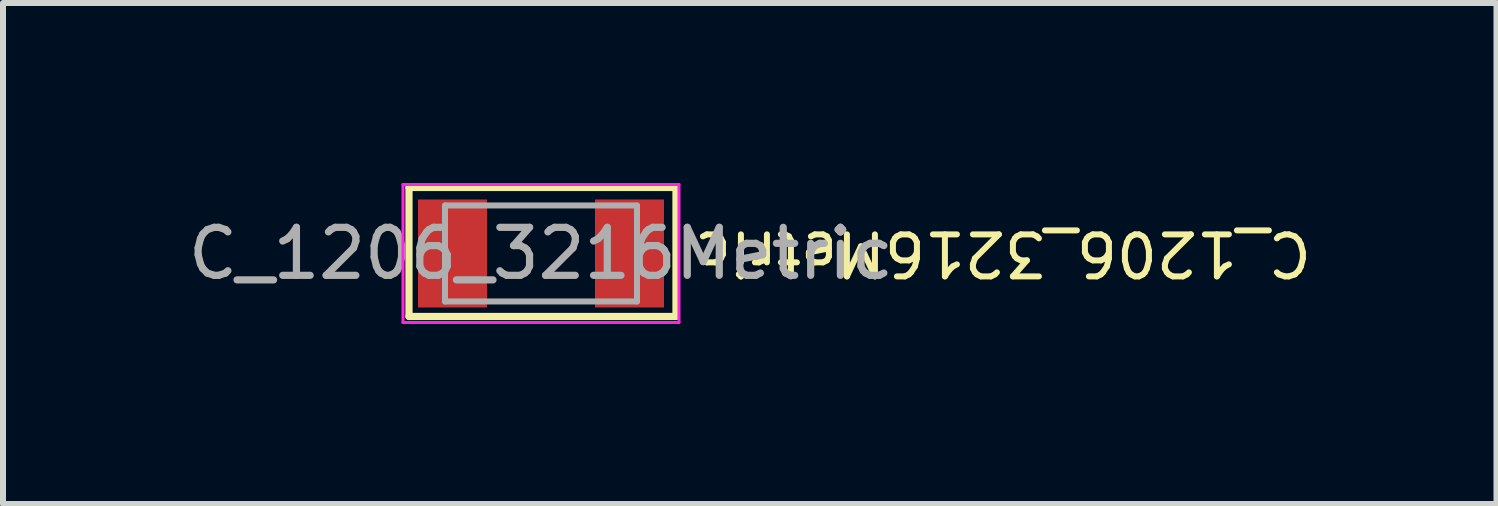
<source format=kicad_pcb>
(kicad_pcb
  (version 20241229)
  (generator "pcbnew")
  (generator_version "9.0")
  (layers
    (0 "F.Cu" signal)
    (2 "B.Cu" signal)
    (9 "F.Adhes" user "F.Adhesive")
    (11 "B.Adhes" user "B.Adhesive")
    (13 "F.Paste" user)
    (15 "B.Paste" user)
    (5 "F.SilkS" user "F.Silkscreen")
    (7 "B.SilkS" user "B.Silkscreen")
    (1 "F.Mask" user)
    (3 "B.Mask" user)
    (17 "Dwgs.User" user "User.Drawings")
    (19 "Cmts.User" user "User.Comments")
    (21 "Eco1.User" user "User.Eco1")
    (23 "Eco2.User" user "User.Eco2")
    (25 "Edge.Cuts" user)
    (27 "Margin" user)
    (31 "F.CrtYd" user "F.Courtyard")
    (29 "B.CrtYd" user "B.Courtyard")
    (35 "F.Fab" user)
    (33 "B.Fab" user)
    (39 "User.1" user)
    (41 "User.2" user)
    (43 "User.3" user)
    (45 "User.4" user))
  (footprint "C_1206_3216Metric"
    (layer "F.Cu")
    (at 5.967 1.175)
    (property "Reference" "C_1206_3216Metric" (at 2.5 0 180) (unlocked yes) (layer "F.SilkS") (effects (font (size 0.7 0.7) (thickness 0.1)) (justify right)))
    (attr smd)
    (fp_line (start -2.2 -1.1) (end 2.25 -1.1) (stroke (width 0.12) (type solid)) (layer "F.SilkS"))
    (fp_line (start -2.2 1.05) (end -2.2 -1.1) (stroke (width 0.12) (type solid)) (layer "F.SilkS"))
    (fp_line (start -2.2 1.05) (end 2.25 1.05) (stroke (width 0.12) (type solid)) (layer "F.SilkS"))
    (fp_line (start 2.25 1.05) (end 2.25 -1.1) (stroke (width 0.12) (type solid)) (layer "F.SilkS"))
    (fp_line (start -2.3 -1.15) (end 2.3 -1.15) (stroke (width 0.05) (type solid)) (layer "F.CrtYd"))
    (fp_line (start -2.3 1.15) (end -2.3 -1.15) (stroke (width 0.05) (type solid)) (layer "F.CrtYd"))
    (fp_line (start 2.3 -1.15) (end 2.3 1.15) (stroke (width 0.05) (type solid)) (layer "F.CrtYd"))
    (fp_line (start 2.3 1.15) (end -2.3 1.15) (stroke (width 0.05) (type solid)) (layer "F.CrtYd"))
    (fp_line (start -1.6 -0.8) (end 1.6 -0.8) (stroke (width 0.1) (type solid)) (layer "F.Fab"))
    (fp_line (start -1.6 0.8) (end -1.6 -0.8) (stroke (width 0.1) (type solid)) (layer "F.Fab"))
    (fp_line (start 1.6 -0.8) (end 1.6 0.8) (stroke (width 0.1) (type solid)) (layer "F.Fab"))
    (fp_line (start 1.6 0.8) (end -1.6 0.8) (stroke (width 0.1) (type solid)) (layer "F.Fab"))
    (fp_text user "${REFERENCE}" (at 0 0 0) (layer "F.Fab") (effects (font (size 0.8 0.8) (thickness 0.12))))
    (pad "1" smd rect (at -1.475 0) (size 1.15 1.8) (layers "F.Cu" "F.Mask" "F.Paste"))
    (pad "2" smd rect (at 1.475 0) (size 1.15 1.8) (layers "F.Cu" "F.Mask" "F.Paste")))
  (gr_rect
    (start -3 -3)
    (end 21.893 5.35)
    (stroke (width 0.1) (type default))
    (fill no)
    (layer "Edge.Cuts")))
</source>
